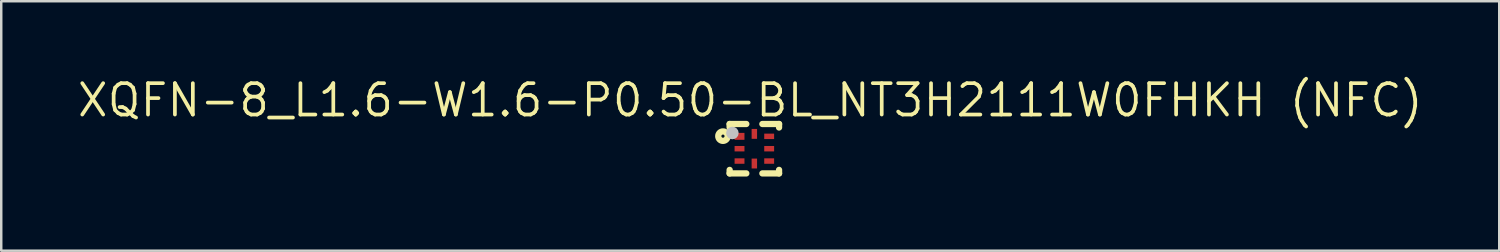
<source format=kicad_pcb>
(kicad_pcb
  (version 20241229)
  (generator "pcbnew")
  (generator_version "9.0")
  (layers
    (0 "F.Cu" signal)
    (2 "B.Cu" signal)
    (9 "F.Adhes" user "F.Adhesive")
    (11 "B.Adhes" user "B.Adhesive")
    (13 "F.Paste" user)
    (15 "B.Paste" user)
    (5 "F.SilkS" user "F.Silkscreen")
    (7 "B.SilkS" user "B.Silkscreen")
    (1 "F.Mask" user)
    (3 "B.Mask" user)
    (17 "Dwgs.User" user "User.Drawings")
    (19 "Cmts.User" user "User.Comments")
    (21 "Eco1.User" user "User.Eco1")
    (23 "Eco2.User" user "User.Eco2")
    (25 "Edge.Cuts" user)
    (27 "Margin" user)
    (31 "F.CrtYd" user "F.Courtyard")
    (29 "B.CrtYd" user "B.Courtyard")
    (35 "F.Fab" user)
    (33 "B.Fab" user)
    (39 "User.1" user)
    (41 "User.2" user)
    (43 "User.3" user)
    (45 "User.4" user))
  (footprint "XQFN-8_L1.6-W1.6-P0.50-BL_NT3H2111W0FHKH (NFC)"
    (layer "F.Cu")
    (at 27.479 2.968)
    (property "Reference" "XQFN-8_L1.6-W1.6-P0.50-BL_NT3H2111W0FHKH (NFC)" (at -0.167 -1.962 0) (layer "F.SilkS") (effects (font (size 1.27 1.27) (thickness 0.15))))
    (fp_line (start -1 -1) (end -0.325 -1) (stroke (width 0.254) (type default)) (layer "F.SilkS"))
    (fp_line (start -1 -0.858) (end -1 -1) (stroke (width 0.254) (type default)) (layer "F.SilkS"))
    (fp_line (start -1 1) (end -1 0.858) (stroke (width 0.254) (type default)) (layer "F.SilkS"))
    (fp_line (start -0.325 1) (end -1 1) (stroke (width 0.254) (type default)) (layer "F.SilkS"))
    (fp_line (start 0.325 -1) (end 1 -1) (stroke (width 0.254) (type default)) (layer "F.SilkS"))
    (fp_line (start 1 -1) (end 1 -0.858) (stroke (width 0.254) (type default)) (layer "F.SilkS"))
    (fp_line (start 1 0.858) (end 1 1) (stroke (width 0.254) (type default)) (layer "F.SilkS"))
    (fp_line (start 1 1) (end 0.325 1) (stroke (width 0.254) (type default)) (layer "F.SilkS"))
    (fp_circle (center -1.27 -0.508) (end -1.206 -0.508) (stroke (width 0.254) (type default)) (fill no) (layer "F.SilkS"))
    (fp_circle (center -0.889 -0.635) (end -0.762 -0.635) (stroke (width 0.254) (type default)) (fill no) (layer "Dwgs.User"))
    (fp_circle (center -0.8 -0.8) (end -0.77 -0.8) (stroke (width 0.06) (type default)) (fill no) (layer "User.5"))
    (pad "1" smd rect (at -0.6 -0.5) (size 0.4 0.28) (layers "F.Cu" "F.Mask" "F.Paste"))
    (pad "2" smd rect (at -0.6 0.0001) (size 0.4 0.22) (layers "F.Cu" "F.Mask" "F.Paste"))
    (pad "3" smd rect (at -0.6 0.5) (size 0.4 0.22) (layers "F.Cu" "F.Mask" "F.Paste"))
    (pad "4" smd rect (at 0 0.6 90) (size 0.4 0.22) (layers "F.Cu" "F.Mask" "F.Paste"))
    (pad "5" smd rect (at 0.6 0.5) (size 0.4 0.22) (layers "F.Cu" "F.Mask" "F.Paste"))
    (pad "6" smd rect (at 0.6 0.0001) (size 0.4 0.22) (layers "F.Cu" "F.Mask" "F.Paste"))
    (pad "7" smd rect (at 0.6 -0.5) (size 0.4 0.22) (layers "F.Cu" "F.Mask" "F.Paste"))
    (pad "8" smd rect (at 0 -0.6 90) (size 0.4 0.22) (layers "F.Cu" "F.Mask" "F.Paste"))
    (zone (net_name "") (layer "User.3") (hatch edge 0.5) (priority 100) (connect_pads yes) (min_thickness 0) (filled_areas_thickness no) (fill yes) (polygon (pts (xy 28.279 2.168) (xy 28.279 3.768) (xy 26.679 3.768) (xy 26.679 2.168))) (filled_polygon (layer "User.3") (island) (pts (xy 28.279 2.168) (xy 28.279 3.768) (xy 26.679 3.768) (xy 26.679 2.168))))
    (zone (net_name "") (layer "User.4") (hatch edge 0.5) (priority 100) (connect_pads yes) (min_thickness 0) (filled_areas_thickness no) (fill yes) (polygon (pts (xy 26.679 2.318) (xy 27.079 2.318) (xy 27.079 2.618) (xy 26.679 2.618))) (filled_polygon (layer "User.4") (island) (pts (xy 26.679 2.318) (xy 27.079 2.318) (xy 27.079 2.618) (xy 26.679 2.618))))
    (zone (net_name "") (layer "User.4") (hatch edge 0.5) (priority 100) (connect_pads yes) (min_thickness 0) (filled_areas_thickness no) (fill yes) (polygon (pts (xy 26.679 2.868) (xy 27.079 2.868) (xy 27.079 3.068) (xy 26.679 3.068))) (filled_polygon (layer "User.4") (island) (pts (xy 26.679 2.868) (xy 27.079 2.868) (xy 27.079 3.068) (xy 26.679 3.068))))
    (zone (net_name "") (layer "User.4") (hatch edge 0.5) (priority 100) (connect_pads yes) (min_thickness 0) (filled_areas_thickness no) (fill yes) (polygon (pts (xy 26.679 3.368) (xy 27.079 3.368) (xy 27.079 3.568) (xy 26.679 3.568))) (filled_polygon (layer "User.4") (island) (pts (xy 26.679 3.368) (xy 27.079 3.368) (xy 27.079 3.568) (xy 26.679 3.568))))
    (zone (net_name "") (layer "User.4") (hatch edge 0.5) (priority 100) (connect_pads yes) (min_thickness 0) (filled_areas_thickness no) (fill yes) (polygon (pts (xy 27.379 2.568) (xy 27.379 2.168) (xy 27.579 2.168) (xy 27.579 2.568))) (filled_polygon (layer "User.4") (island) (pts (xy 27.379 2.568) (xy 27.379 2.168) (xy 27.579 2.168) (xy 27.579 2.568))))
    (zone (net_name "") (layer "User.4") (hatch edge 0.5) (priority 100) (connect_pads yes) (min_thickness 0) (filled_areas_thickness no) (fill yes) (polygon (pts (xy 27.379 3.768) (xy 27.379 3.368) (xy 27.579 3.368) (xy 27.579 3.768))) (filled_polygon (layer "User.4") (island) (pts (xy 27.379 3.768) (xy 27.379 3.368) (xy 27.579 3.368) (xy 27.579 3.768))))
    (zone (net_name "") (layer "User.4") (hatch edge 0.5) (priority 100) (connect_pads yes) (min_thickness 0) (filled_areas_thickness no) (fill yes) (polygon (pts (xy 27.879 2.368) (xy 28.279 2.368) (xy 28.279 2.568) (xy 27.879 2.568))) (filled_polygon (layer "User.4") (island) (pts (xy 27.879 2.368) (xy 28.279 2.368) (xy 28.279 2.568) (xy 27.879 2.568))))
    (zone (net_name "") (layer "User.4") (hatch edge 0.5) (priority 100) (connect_pads yes) (min_thickness 0) (filled_areas_thickness no) (fill yes) (polygon (pts (xy 27.879 2.868) (xy 28.279 2.868) (xy 28.279 3.068) (xy 27.879 3.068))) (filled_polygon (layer "User.4") (island) (pts (xy 27.879 2.868) (xy 28.279 2.868) (xy 28.279 3.068) (xy 27.879 3.068))))
    (zone (net_name "") (layer "User.4") (hatch edge 0.5) (priority 100) (connect_pads yes) (min_thickness 0) (filled_areas_thickness no) (fill yes) (polygon (pts (xy 27.879 3.368) (xy 28.279 3.368) (xy 28.279 3.568) (xy 27.879 3.568))) (filled_polygon (layer "User.4") (island) (pts (xy 27.879 3.368) (xy 28.279 3.368) (xy 28.279 3.568) (xy 27.879 3.568)))))
  (gr_rect
    (start -3 -3)
    (end 57.625 7.095)
    (stroke (width 0.1) (type default))
    (fill no)
    (layer "Edge.Cuts")))
</source>
